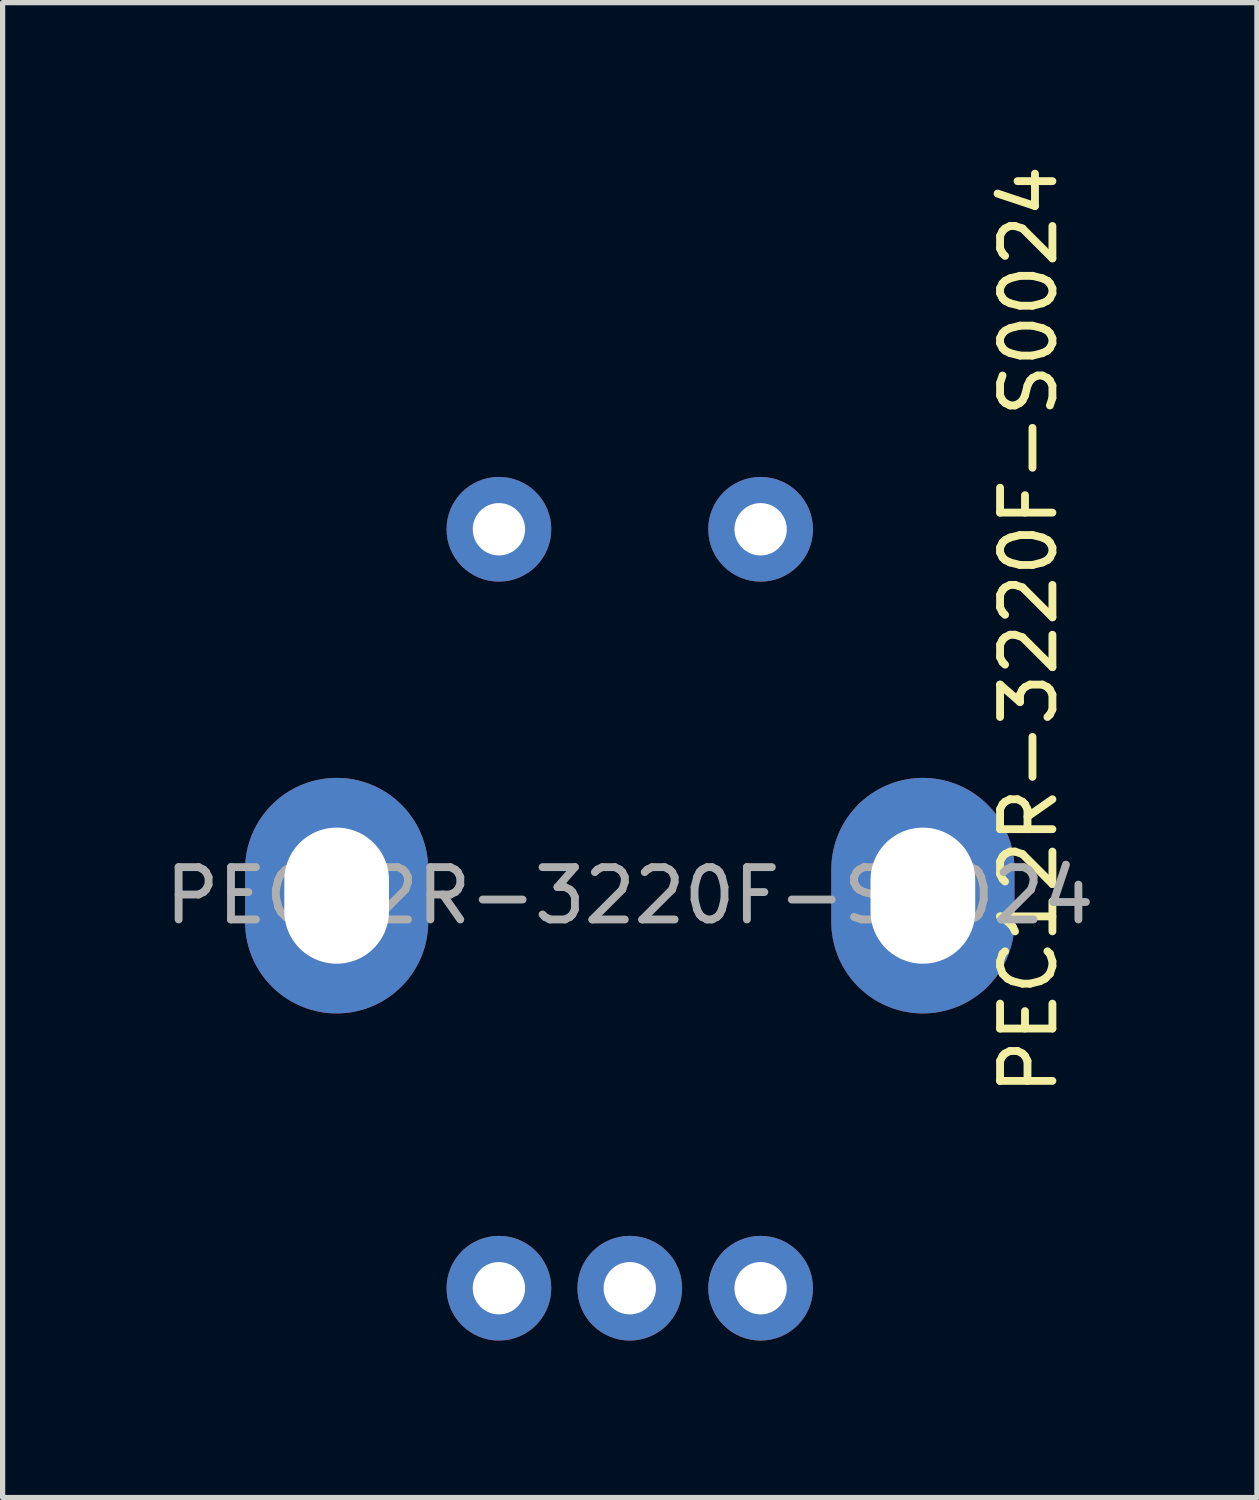
<source format=kicad_pcb>
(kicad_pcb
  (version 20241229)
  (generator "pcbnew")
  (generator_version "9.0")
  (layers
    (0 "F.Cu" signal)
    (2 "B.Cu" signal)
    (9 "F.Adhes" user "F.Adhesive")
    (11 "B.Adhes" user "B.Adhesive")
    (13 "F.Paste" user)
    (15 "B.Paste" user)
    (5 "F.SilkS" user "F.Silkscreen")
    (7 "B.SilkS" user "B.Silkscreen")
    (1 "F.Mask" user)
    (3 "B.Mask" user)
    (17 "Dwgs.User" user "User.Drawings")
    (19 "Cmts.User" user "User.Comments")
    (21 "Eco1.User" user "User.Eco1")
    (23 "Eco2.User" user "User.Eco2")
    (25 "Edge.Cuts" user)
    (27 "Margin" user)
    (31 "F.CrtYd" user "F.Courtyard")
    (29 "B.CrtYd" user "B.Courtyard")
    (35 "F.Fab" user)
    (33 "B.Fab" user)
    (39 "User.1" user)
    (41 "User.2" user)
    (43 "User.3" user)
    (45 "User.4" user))
  (footprint "PEC12R-3220F-S0024"
    (layer "F.Cu")
    (at 8.982 14.062)
    (property "Reference" "PEC12R-3220F-S0024" (at 7.62 -5.08 90) (unlocked yes) (layer "F.SilkS") (effects (font (size 1 1) (thickness 0.15))))
    (attr through_hole)
    (fp_text user "${REFERENCE}" (at 0 0 0) (unlocked yes) (layer "F.Fab") (effects (font (size 1 1) (thickness 0.15))))
    (pad "A" thru_hole circle (at -2.5 7.5) (size 2 2) (drill 1) (layers "*.Cu" "*.Mask"))
    (pad "B" thru_hole circle (at 2.5 7.5) (size 2 2) (drill 1) (layers "*.Cu" "*.Mask"))
    (pad "C" thru_hole circle (at 0 7.5) (size 2 2) (drill 1) (layers "*.Cu" "*.Mask"))
    (pad "NC" thru_hole oval (at -5.6 0) (size 3.5 4.5) (drill oval 2 2.6) (layers "*.Cu" "*.Mask"))
    (pad "NC" thru_hole oval (at 5.6 0) (size 3.5 4.5) (drill oval 2 2.6) (layers "*.Cu" "*.Mask"))
    (pad "S1" thru_hole circle (at -2.5 -7) (size 2 2) (drill 1) (layers "*.Cu" "*.Mask"))
    (pad "S2" thru_hole circle (at 2.5 -7) (size 2 2) (drill 1) (layers "*.Cu" "*.Mask")))
  (gr_rect
    (start -3 -3)
    (end 20.964 25.562)
    (stroke (width 0.1) (type default))
    (fill no)
    (layer "Edge.Cuts")))
</source>
